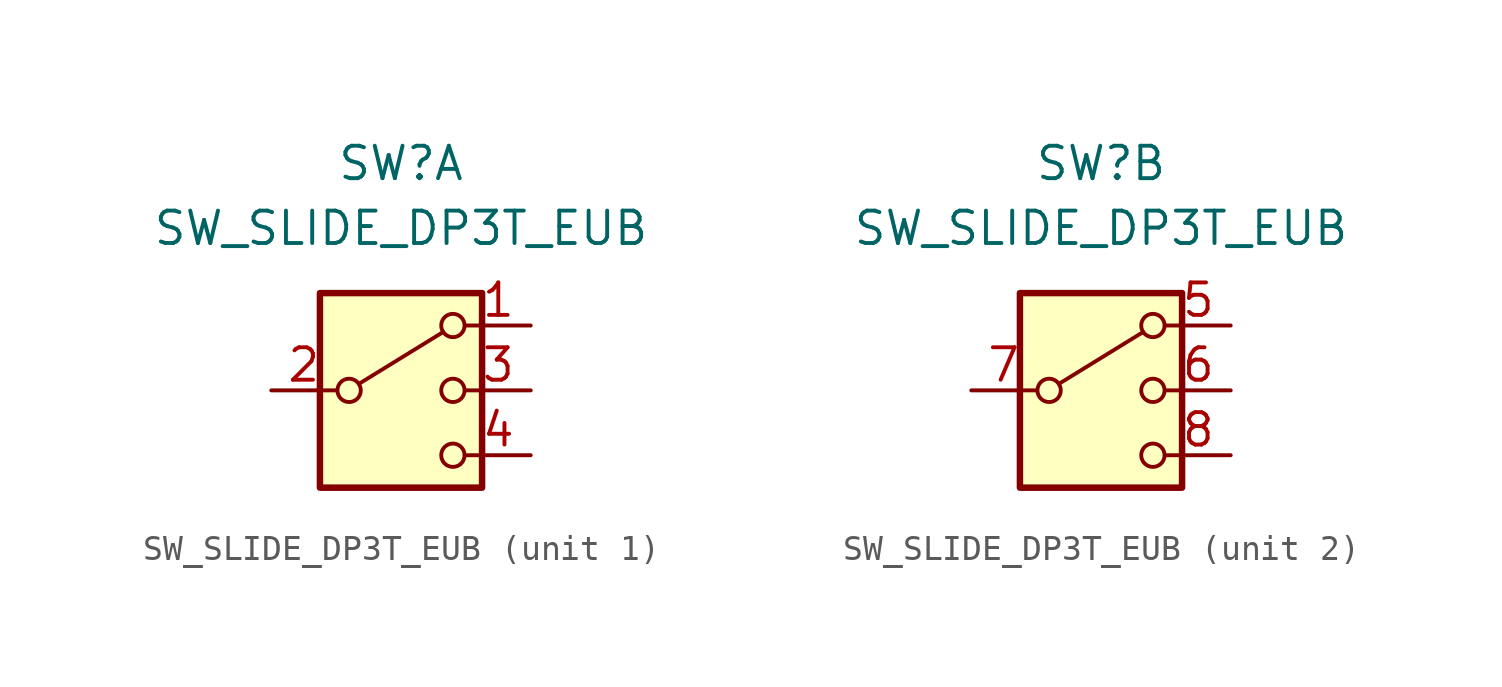
<source format=kicad_sym>
(kicad_symbol_lib
  (version 20241209)
  (generator "kicad_symbol_editor")
  (generator_version "9.0")
  (symbol "SW_SLIDE_DP3T_EUB"
    (pin_names
      (offset 0)
      (hide yes))
    (property "Reference" "SW"
      (at 0 8.89 0)
      (effects (font (size 1.27 1.27))))
    (property "Value" "SW_SLIDE_DP3T_EUB"
      (at 0 6.35 0)
      (effects (font (size 1.27 1.27))))
    (symbol "SW_SLIDE_DP3T_EUB_0_1"
      (rectangle (start -3.175 3.81) (end 3.175 -3.81) (stroke (width 0.254) (type default)) (fill (type background)))
      (circle (center -2.032 0) (radius 0.457) (stroke (width 0) (type default)) (fill (type none)))
      (polyline (pts (xy -1.651 0.254) (xy 1.651 2.286)) (stroke (width 0) (type default)) (fill (type none)))
      (circle (center 2.032 2.54) (radius 0.457) (stroke (width 0) (type default)) (fill (type none)))
      (circle (center 2.032 0) (radius 0.457) (stroke (width 0) (type default)) (fill (type none)))
      (circle (center 2.032 -2.54) (radius 0.457) (stroke (width 0) (type default)) (fill (type none))))
    (symbol "SW_SLIDE_DP3T_EUB_1_1"
      (pin passive line (at -5.08 0 0) (length 2.54) (name "2" (effects (font (size 1.27 1.27)))) (number "2" (effects (font (size 1.27 1.27)))))
      (pin passive line (at 5.08 2.54 180) (length 2.54) (name "1" (effects (font (size 1.27 1.27)))) (number "1" (effects (font (size 1.27 1.27)))))
      (pin passive line (at 5.08 0 180) (length 2.54) (name "3" (effects (font (size 1.27 1.27)))) (number "3" (effects (font (size 1.27 1.27)))))
      (pin passive line (at 5.08 -2.54 180) (length 2.54) (name "4" (effects (font (size 1.27 1.27)))) (number "4" (effects (font (size 1.27 1.27))))))
    (symbol "SW_SLIDE_DP3T_EUB_2_1"
      (pin passive line (at -5.08 0 0) (length 2.54) (name "7" (effects (font (size 1.27 1.27)))) (number "7" (effects (font (size 1.27 1.27)))))
      (pin passive line (at 5.08 2.54 180) (length 2.54) (name "5" (effects (font (size 1.27 1.27)))) (number "5" (effects (font (size 1.27 1.27)))))
      (pin passive line (at 5.08 0 180) (length 2.54) (name "6" (effects (font (size 1.27 1.27)))) (number "6" (effects (font (size 1.27 1.27)))))
      (pin passive line (at 5.08 -2.54 180) (length 2.54) (name "8" (effects (font (size 1.27 1.27)))) (number "8" (effects (font (size 1.27 1.27))))))))
</source>
